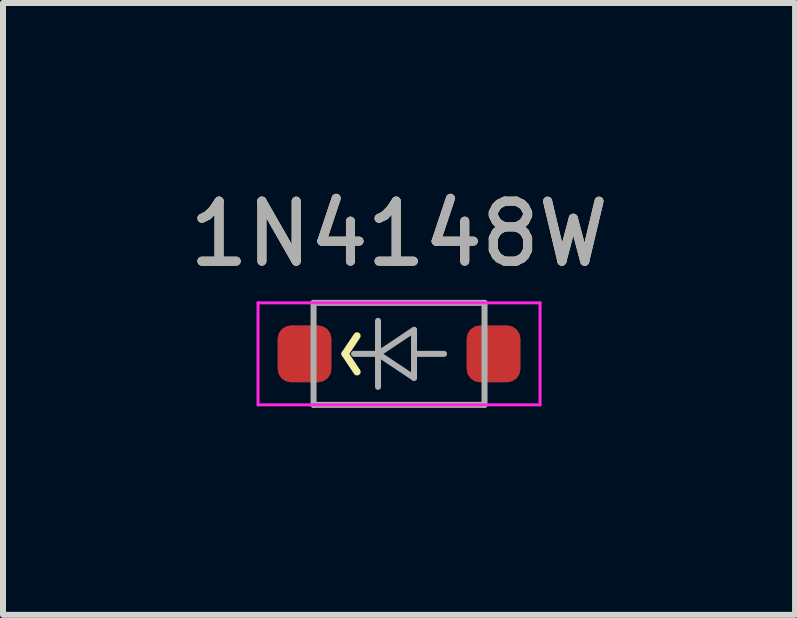
<source format=kicad_pcb>
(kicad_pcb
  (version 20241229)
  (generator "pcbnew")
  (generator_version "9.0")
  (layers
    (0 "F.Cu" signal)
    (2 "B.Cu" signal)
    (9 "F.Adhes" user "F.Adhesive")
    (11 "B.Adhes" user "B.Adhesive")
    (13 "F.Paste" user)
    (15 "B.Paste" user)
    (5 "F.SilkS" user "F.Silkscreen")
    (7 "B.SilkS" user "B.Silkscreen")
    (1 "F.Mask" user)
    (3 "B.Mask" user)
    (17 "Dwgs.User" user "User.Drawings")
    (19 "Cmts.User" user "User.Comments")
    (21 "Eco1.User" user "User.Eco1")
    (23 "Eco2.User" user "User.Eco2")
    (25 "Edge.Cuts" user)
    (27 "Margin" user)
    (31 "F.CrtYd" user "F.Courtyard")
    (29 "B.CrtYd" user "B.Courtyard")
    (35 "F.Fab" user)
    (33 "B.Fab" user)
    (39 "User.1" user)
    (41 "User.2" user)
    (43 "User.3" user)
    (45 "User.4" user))
  (footprint "1N4148W"
    (layer "F.Cu")
    (at 3.601 2.848)
    (property "Reference" "1N4148W" (at 0 -2 0) (layer "F.SilkS") (effects (font (size 1 1) (thickness 0.15))))
    (attr smd)
    (fp_line (start -0.9 0) (end -0.7 0.3) (stroke (width 0.12) (type solid)) (layer "F.SilkS"))
    (fp_line (start -0.7 -0.3) (end -0.9 0) (stroke (width 0.12) (type solid)) (layer "F.SilkS"))
    (fp_rect (start -2.3 -1.3) (end 2.3 1.3) (stroke (width 0.1) (type default)) (fill no) (layer "Eco1.User"))
    (fp_line (start -2.35 -0.85) (end -2.35 0.85) (stroke (width 0.05) (type solid)) (layer "F.CrtYd"))
    (fp_line (start -2.35 -0.85) (end 2.35 -0.85) (stroke (width 0.05) (type solid)) (layer "F.CrtYd"))
    (fp_line (start 2.35 -0.85) (end 2.35 0.85) (stroke (width 0.05) (type solid)) (layer "F.CrtYd"))
    (fp_line (start 2.35 0.85) (end -2.35 0.85) (stroke (width 0.05) (type solid)) (layer "F.CrtYd"))
    (fp_line (start -1.425 -0.85) (end 1.425 -0.85) (stroke (width 0.1) (type solid)) (layer "F.Fab"))
    (fp_line (start -1.425 0.85) (end -1.425 -0.85) (stroke (width 0.1) (type solid)) (layer "F.Fab"))
    (fp_line (start -0.75 0) (end -0.35 0) (stroke (width 0.1) (type solid)) (layer "F.Fab"))
    (fp_line (start -0.35 0) (end -0.35 -0.55) (stroke (width 0.1) (type solid)) (layer "F.Fab"))
    (fp_line (start -0.35 0) (end -0.35 0.55) (stroke (width 0.1) (type solid)) (layer "F.Fab"))
    (fp_line (start -0.35 0) (end 0.25 -0.4) (stroke (width 0.1) (type solid)) (layer "F.Fab"))
    (fp_line (start 0.25 -0.4) (end 0.25 0.4) (stroke (width 0.1) (type solid)) (layer "F.Fab"))
    (fp_line (start 0.25 0) (end 0.75 0) (stroke (width 0.1) (type solid)) (layer "F.Fab"))
    (fp_line (start 0.25 0.4) (end -0.35 0) (stroke (width 0.1) (type solid)) (layer "F.Fab"))
    (fp_line (start 1.425 -0.85) (end 1.425 0.85) (stroke (width 0.1) (type solid)) (layer "F.Fab"))
    (fp_line (start 1.425 0.85) (end -1.425 0.85) (stroke (width 0.1) (type solid)) (layer "F.Fab"))
    (fp_text user "${REFERENCE}" (at 0 -2 0) (layer "F.Fab") (effects (font (size 1 1) (thickness 0.15))))
    (pad "1" smd roundrect (at -1.575 0) (size 0.9 0.95) (layers "F.Cu" "F.Mask" "F.Paste") (roundrect_rratio 0.25))
    (pad "2" smd roundrect (at 1.575 0) (size 0.9 0.95) (layers "F.Cu" "F.Mask" "F.Paste") (roundrect_rratio 0.25)))
  (gr_rect
    (start -3 -3)
    (end 10.202 7.198)
    (stroke (width 0.1) (type default))
    (fill no)
    (layer "Edge.Cuts")))
</source>
